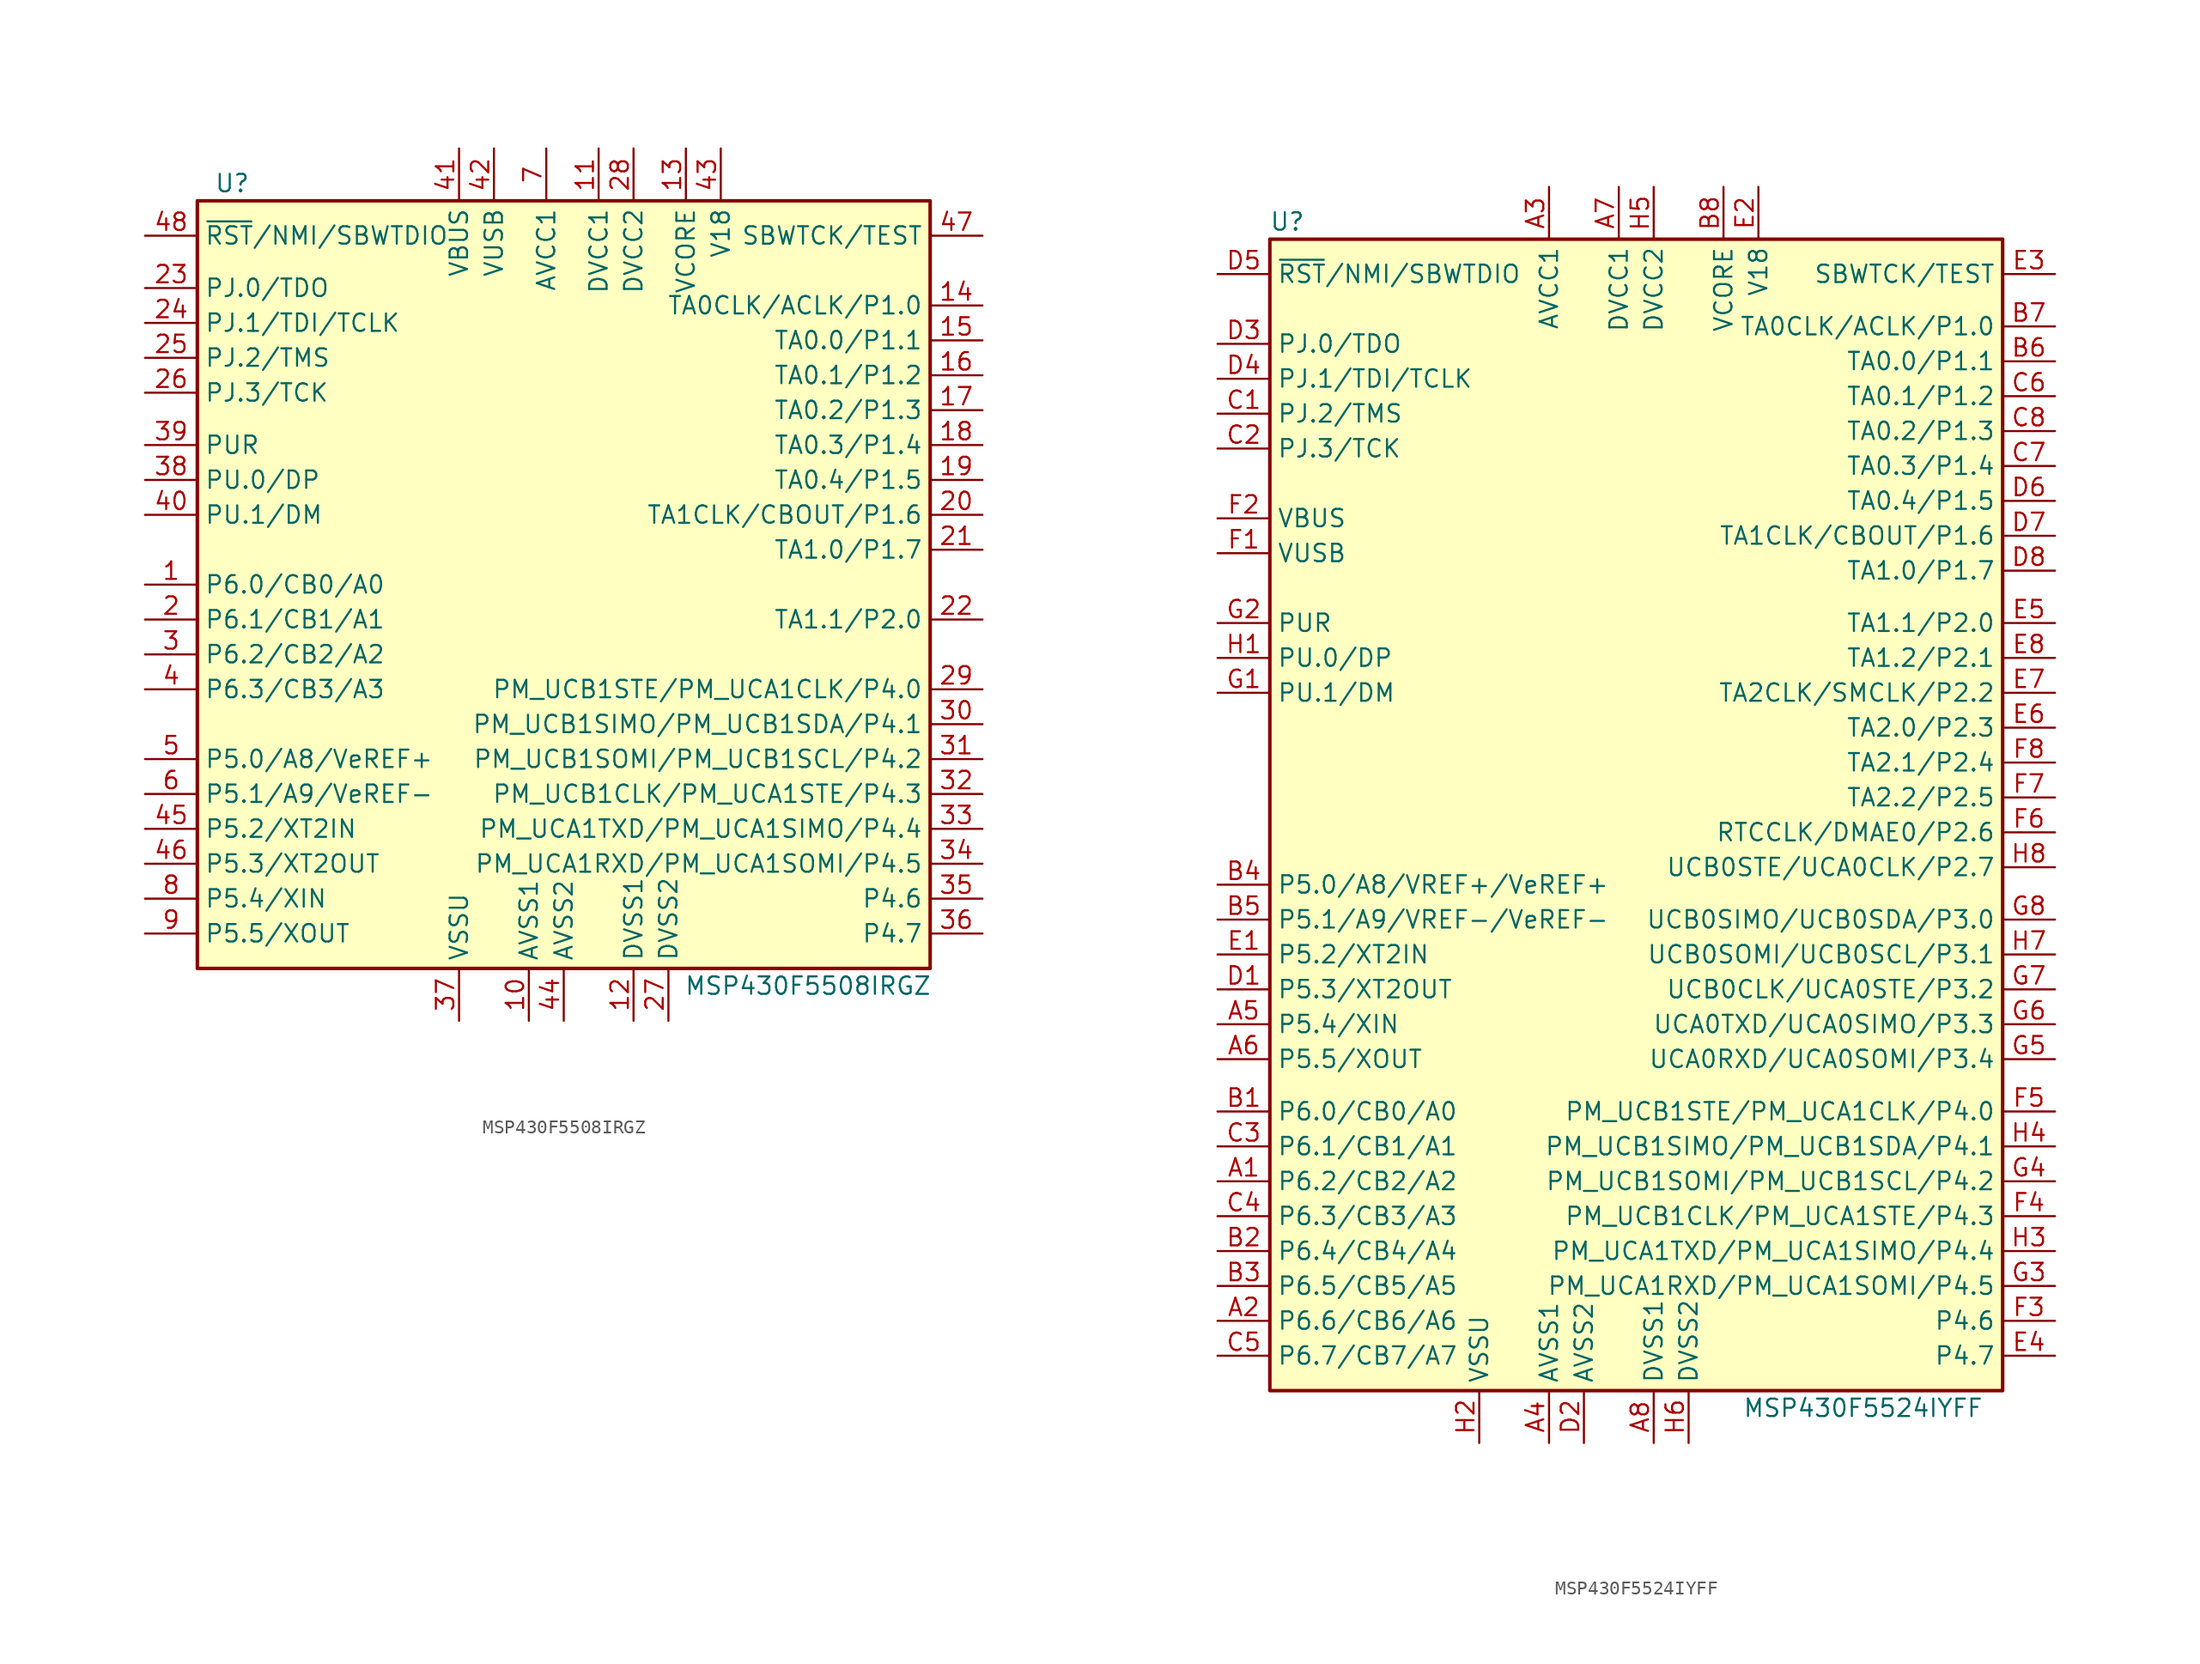
<source format=kicad_sym>
(kicad_symbol_lib
  (version 20220914)
  (generator kicad_symbol_editor)
  (symbol "MSP430F5508IRGZ"
    (property "Reference" "U"
      (at -22.86 29.21 0)
      (effects (font (size 1.27 1.27))))
    (property "Value" "MSP430F5508IRGZ"
      (at 19.05 -29.21 0)
      (effects (font (size 1.27 1.27))))
    (symbol "MSP430F5508IRGZ_0_1"
      (rectangle (start -25.4 27.94) (end 27.94 -27.94) (stroke (width 0.254) (type default)) (fill (type background))))
    (symbol "MSP430F5508IRGZ_1_1"
      (pin bidirectional line (at -29.21 0 0) (length 3.81) (name "P6.0/CB0/A0" (effects (font (size 1.27 1.27)))) (number "1" (effects (font (size 1.27 1.27)))))
      (pin power_in line (at -1.27 -31.75 90) (length 3.81) (name "AVSS1" (effects (font (size 1.27 1.27)))) (number "10" (effects (font (size 1.27 1.27)))))
      (pin power_in line (at 3.81 31.75 270) (length 3.81) (name "DVCC1" (effects (font (size 1.27 1.27)))) (number "11" (effects (font (size 1.27 1.27)))))
      (pin power_in line (at 6.35 -31.75 90) (length 3.81) (name "DVSS1" (effects (font (size 1.27 1.27)))) (number "12" (effects (font (size 1.27 1.27)))))
      (pin passive line (at 10.16 31.75 270) (length 3.81) (name "VCORE" (effects (font (size 1.27 1.27)))) (number "13" (effects (font (size 1.27 1.27)))))
      (pin bidirectional line (at 31.75 20.32 180) (length 3.81) (name "TA0CLK/ACLK/P1.0" (effects (font (size 1.27 1.27)))) (number "14" (effects (font (size 1.27 1.27)))))
      (pin bidirectional line (at 31.75 17.78 180) (length 3.81) (name "TA0.0/P1.1" (effects (font (size 1.27 1.27)))) (number "15" (effects (font (size 1.27 1.27)))))
      (pin bidirectional line (at 31.75 15.24 180) (length 3.81) (name "TA0.1/P1.2" (effects (font (size 1.27 1.27)))) (number "16" (effects (font (size 1.27 1.27)))))
      (pin bidirectional line (at 31.75 12.7 180) (length 3.81) (name "TA0.2/P1.3" (effects (font (size 1.27 1.27)))) (number "17" (effects (font (size 1.27 1.27)))))
      (pin bidirectional line (at 31.75 10.16 180) (length 3.81) (name "TA0.3/P1.4" (effects (font (size 1.27 1.27)))) (number "18" (effects (font (size 1.27 1.27)))))
      (pin bidirectional line (at 31.75 7.62 180) (length 3.81) (name "TA0.4/P1.5" (effects (font (size 1.27 1.27)))) (number "19" (effects (font (size 1.27 1.27)))))
      (pin bidirectional line (at -29.21 -2.54 0) (length 3.81) (name "P6.1/CB1/A1" (effects (font (size 1.27 1.27)))) (number "2" (effects (font (size 1.27 1.27)))))
      (pin bidirectional line (at 31.75 5.08 180) (length 3.81) (name "TA1CLK/CBOUT/P1.6" (effects (font (size 1.27 1.27)))) (number "20" (effects (font (size 1.27 1.27)))))
      (pin bidirectional line (at 31.75 2.54 180) (length 3.81) (name "TA1.0/P1.7" (effects (font (size 1.27 1.27)))) (number "21" (effects (font (size 1.27 1.27)))))
      (pin bidirectional line (at 31.75 -2.54 180) (length 3.81) (name "TA1.1/P2.0" (effects (font (size 1.27 1.27)))) (number "22" (effects (font (size 1.27 1.27)))))
      (pin bidirectional line (at -29.21 21.59 0) (length 3.81) (name "PJ.0/TDO" (effects (font (size 1.27 1.27)))) (number "23" (effects (font (size 1.27 1.27)))))
      (pin bidirectional line (at -29.21 19.05 0) (length 3.81) (name "PJ.1/TDI/TCLK" (effects (font (size 1.27 1.27)))) (number "24" (effects (font (size 1.27 1.27)))))
      (pin bidirectional line (at -29.21 16.51 0) (length 3.81) (name "PJ.2/TMS" (effects (font (size 1.27 1.27)))) (number "25" (effects (font (size 1.27 1.27)))))
      (pin bidirectional line (at -29.21 13.97 0) (length 3.81) (name "PJ.3/TCK" (effects (font (size 1.27 1.27)))) (number "26" (effects (font (size 1.27 1.27)))))
      (pin power_in line (at 8.89 -31.75 90) (length 3.81) (name "DVSS2" (effects (font (size 1.27 1.27)))) (number "27" (effects (font (size 1.27 1.27)))))
      (pin power_in line (at 6.35 31.75 270) (length 3.81) (name "DVCC2" (effects (font (size 1.27 1.27)))) (number "28" (effects (font (size 1.27 1.27)))))
      (pin bidirectional line (at 31.75 -7.62 180) (length 3.81) (name "PM_UCB1STE/PM_UCA1CLK/P4.0" (effects (font (size 1.27 1.27)))) (number "29" (effects (font (size 1.27 1.27)))))
      (pin bidirectional line (at -29.21 -5.08 0) (length 3.81) (name "P6.2/CB2/A2" (effects (font (size 1.27 1.27)))) (number "3" (effects (font (size 1.27 1.27)))))
      (pin bidirectional line (at 31.75 -10.16 180) (length 3.81) (name "PM_UCB1SIMO/PM_UCB1SDA/P4.1" (effects (font (size 1.27 1.27)))) (number "30" (effects (font (size 1.27 1.27)))))
      (pin bidirectional line (at 31.75 -12.7 180) (length 3.81) (name "PM_UCB1SOMI/PM_UCB1SCL/P4.2" (effects (font (size 1.27 1.27)))) (number "31" (effects (font (size 1.27 1.27)))))
      (pin bidirectional line (at 31.75 -15.24 180) (length 3.81) (name "PM_UCB1CLK/PM_UCA1STE/P4.3" (effects (font (size 1.27 1.27)))) (number "32" (effects (font (size 1.27 1.27)))))
      (pin bidirectional line (at 31.75 -17.78 180) (length 3.81) (name "PM_UCA1TXD/PM_UCA1SIMO/P4.4" (effects (font (size 1.27 1.27)))) (number "33" (effects (font (size 1.27 1.27)))))
      (pin bidirectional line (at 31.75 -20.32 180) (length 3.81) (name "PM_UCA1RXD/PM_UCA1SOMI/P4.5" (effects (font (size 1.27 1.27)))) (number "34" (effects (font (size 1.27 1.27)))))
      (pin bidirectional line (at 31.75 -22.86 180) (length 3.81) (name "P4.6" (effects (font (size 1.27 1.27)))) (number "35" (effects (font (size 1.27 1.27)))))
      (pin bidirectional line (at 31.75 -25.4 180) (length 3.81) (name "P4.7" (effects (font (size 1.27 1.27)))) (number "36" (effects (font (size 1.27 1.27)))))
      (pin power_in line (at -6.35 -31.75 90) (length 3.81) (name "VSSU" (effects (font (size 1.27 1.27)))) (number "37" (effects (font (size 1.27 1.27)))))
      (pin bidirectional line (at -29.21 7.62 0) (length 3.81) (name "PU.0/DP" (effects (font (size 1.27 1.27)))) (number "38" (effects (font (size 1.27 1.27)))))
      (pin bidirectional line (at -29.21 10.16 0) (length 3.81) (name "PUR" (effects (font (size 1.27 1.27)))) (number "39" (effects (font (size 1.27 1.27)))))
      (pin bidirectional line (at -29.21 -7.62 0) (length 3.81) (name "P6.3/CB3/A3" (effects (font (size 1.27 1.27)))) (number "4" (effects (font (size 1.27 1.27)))))
      (pin bidirectional line (at -29.21 5.08 0) (length 3.81) (name "PU.1/DM" (effects (font (size 1.27 1.27)))) (number "40" (effects (font (size 1.27 1.27)))))
      (pin power_in line (at -6.35 31.75 270) (length 3.81) (name "VBUS" (effects (font (size 1.27 1.27)))) (number "41" (effects (font (size 1.27 1.27)))))
      (pin power_out line (at -3.81 31.75 270) (length 3.81) (name "VUSB" (effects (font (size 1.27 1.27)))) (number "42" (effects (font (size 1.27 1.27)))))
      (pin passive line (at 12.7 31.75 270) (length 3.81) (name "V18" (effects (font (size 1.27 1.27)))) (number "43" (effects (font (size 1.27 1.27)))))
      (pin power_in line (at 1.27 -31.75 90) (length 3.81) (name "AVSS2" (effects (font (size 1.27 1.27)))) (number "44" (effects (font (size 1.27 1.27)))))
      (pin bidirectional line (at -29.21 -17.78 0) (length 3.81) (name "P5.2/XT2IN" (effects (font (size 1.27 1.27)))) (number "45" (effects (font (size 1.27 1.27)))))
      (pin bidirectional line (at -29.21 -20.32 0) (length 3.81) (name "P5.3/XT2OUT" (effects (font (size 1.27 1.27)))) (number "46" (effects (font (size 1.27 1.27)))))
      (pin input line (at 31.75 25.4 180) (length 3.81) (name "SBWTCK/TEST" (effects (font (size 1.27 1.27)))) (number "47" (effects (font (size 1.27 1.27)))))
      (pin input line (at -29.21 25.4 0) (length 3.81) (name "~{RST}/NMI/SBWTDIO" (effects (font (size 1.27 1.27)))) (number "48" (effects (font (size 1.27 1.27)))))
      (pin bidirectional line (at -29.21 -12.7 0) (length 3.81) (name "P5.0/A8/VeREF+" (effects (font (size 1.27 1.27)))) (number "5" (effects (font (size 1.27 1.27)))))
      (pin bidirectional line (at -29.21 -15.24 0) (length 3.81) (name "P5.1/A9/VeREF-" (effects (font (size 1.27 1.27)))) (number "6" (effects (font (size 1.27 1.27)))))
      (pin power_in line (at 0 31.75 270) (length 3.81) (name "AVCC1" (effects (font (size 1.27 1.27)))) (number "7" (effects (font (size 1.27 1.27)))))
      (pin bidirectional line (at -29.21 -22.86 0) (length 3.81) (name "P5.4/XIN" (effects (font (size 1.27 1.27)))) (number "8" (effects (font (size 1.27 1.27)))))
      (pin bidirectional line (at -29.21 -25.4 0) (length 3.81) (name "P5.5/XOUT" (effects (font (size 1.27 1.27)))) (number "9" (effects (font (size 1.27 1.27)))))))
  (symbol "MSP430F5524IYFF"
    (property "Reference" "U"
      (at -25.4 43.18 0)
      (effects (font (size 1.27 1.27))))
    (property "Value" "MSP430F5524IYFF"
      (at 16.51 -43.18 0)
      (effects (font (size 1.27 1.27))))
    (symbol "MSP430F5524IYFF_0_1"
      (rectangle (start -26.67 41.91) (end 26.67 -41.91) (stroke (width 0.254) (type default)) (fill (type background))))
    (symbol "MSP430F5524IYFF_1_1"
      (pin bidirectional line (at -30.48 -26.67 0) (length 3.81) (name "P6.2/CB2/A2" (effects (font (size 1.27 1.27)))) (number "A1" (effects (font (size 1.27 1.27)))))
      (pin bidirectional line (at -30.48 -36.83 0) (length 3.81) (name "P6.6/CB6/A6" (effects (font (size 1.27 1.27)))) (number "A2" (effects (font (size 1.27 1.27)))))
      (pin power_in line (at -6.35 45.72 270) (length 3.81) (name "AVCC1" (effects (font (size 1.27 1.27)))) (number "A3" (effects (font (size 1.27 1.27)))))
      (pin power_in line (at -6.35 -45.72 90) (length 3.81) (name "AVSS1" (effects (font (size 1.27 1.27)))) (number "A4" (effects (font (size 1.27 1.27)))))
      (pin bidirectional line (at -30.48 -15.24 0) (length 3.81) (name "P5.4/XIN" (effects (font (size 1.27 1.27)))) (number "A5" (effects (font (size 1.27 1.27)))))
      (pin bidirectional line (at -30.48 -17.78 0) (length 3.81) (name "P5.5/XOUT" (effects (font (size 1.27 1.27)))) (number "A6" (effects (font (size 1.27 1.27)))))
      (pin power_in line (at -1.27 45.72 270) (length 3.81) (name "DVCC1" (effects (font (size 1.27 1.27)))) (number "A7" (effects (font (size 1.27 1.27)))))
      (pin power_in line (at 1.27 -45.72 90) (length 3.81) (name "DVSS1" (effects (font (size 1.27 1.27)))) (number "A8" (effects (font (size 1.27 1.27)))))
      (pin bidirectional line (at -30.48 -21.59 0) (length 3.81) (name "P6.0/CB0/A0" (effects (font (size 1.27 1.27)))) (number "B1" (effects (font (size 1.27 1.27)))))
      (pin bidirectional line (at -30.48 -31.75 0) (length 3.81) (name "P6.4/CB4/A4" (effects (font (size 1.27 1.27)))) (number "B2" (effects (font (size 1.27 1.27)))))
      (pin bidirectional line (at -30.48 -34.29 0) (length 3.81) (name "P6.5/CB5/A5" (effects (font (size 1.27 1.27)))) (number "B3" (effects (font (size 1.27 1.27)))))
      (pin bidirectional line (at -30.48 -5.08 0) (length 3.81) (name "P5.0/A8/VREF+/VeREF+" (effects (font (size 1.27 1.27)))) (number "B4" (effects (font (size 1.27 1.27)))))
      (pin bidirectional line (at -30.48 -7.62 0) (length 3.81) (name "P5.1/A9/VREF-/VeREF-" (effects (font (size 1.27 1.27)))) (number "B5" (effects (font (size 1.27 1.27)))))
      (pin bidirectional line (at 30.48 33.02 180) (length 3.81) (name "TA0.0/P1.1" (effects (font (size 1.27 1.27)))) (number "B6" (effects (font (size 1.27 1.27)))))
      (pin bidirectional line (at 30.48 35.56 180) (length 3.81) (name "TA0CLK/ACLK/P1.0" (effects (font (size 1.27 1.27)))) (number "B7" (effects (font (size 1.27 1.27)))))
      (pin bidirectional line (at 6.35 45.72 270) (length 3.81) (name "VCORE" (effects (font (size 1.27 1.27)))) (number "B8" (effects (font (size 1.27 1.27)))))
      (pin bidirectional line (at -30.48 29.21 0) (length 3.81) (name "PJ.2/TMS" (effects (font (size 1.27 1.27)))) (number "C1" (effects (font (size 1.27 1.27)))))
      (pin bidirectional line (at -30.48 26.67 0) (length 3.81) (name "PJ.3/TCK" (effects (font (size 1.27 1.27)))) (number "C2" (effects (font (size 1.27 1.27)))))
      (pin bidirectional line (at -30.48 -24.13 0) (length 3.81) (name "P6.1/CB1/A1" (effects (font (size 1.27 1.27)))) (number "C3" (effects (font (size 1.27 1.27)))))
      (pin bidirectional line (at -30.48 -29.21 0) (length 3.81) (name "P6.3/CB3/A3" (effects (font (size 1.27 1.27)))) (number "C4" (effects (font (size 1.27 1.27)))))
      (pin bidirectional line (at -30.48 -39.37 0) (length 3.81) (name "P6.7/CB7/A7" (effects (font (size 1.27 1.27)))) (number "C5" (effects (font (size 1.27 1.27)))))
      (pin bidirectional line (at 30.48 30.48 180) (length 3.81) (name "TA0.1/P1.2" (effects (font (size 1.27 1.27)))) (number "C6" (effects (font (size 1.27 1.27)))))
      (pin bidirectional line (at 30.48 25.4 180) (length 3.81) (name "TA0.3/P1.4" (effects (font (size 1.27 1.27)))) (number "C7" (effects (font (size 1.27 1.27)))))
      (pin bidirectional line (at 30.48 27.94 180) (length 3.81) (name "TA0.2/P1.3" (effects (font (size 1.27 1.27)))) (number "C8" (effects (font (size 1.27 1.27)))))
      (pin bidirectional line (at -30.48 -12.7 0) (length 3.81) (name "P5.3/XT2OUT" (effects (font (size 1.27 1.27)))) (number "D1" (effects (font (size 1.27 1.27)))))
      (pin power_in line (at -3.81 -45.72 90) (length 3.81) (name "AVSS2" (effects (font (size 1.27 1.27)))) (number "D2" (effects (font (size 1.27 1.27)))))
      (pin bidirectional line (at -30.48 34.29 0) (length 3.81) (name "PJ.0/TDO" (effects (font (size 1.27 1.27)))) (number "D3" (effects (font (size 1.27 1.27)))))
      (pin bidirectional line (at -30.48 31.75 0) (length 3.81) (name "PJ.1/TDI/TCLK" (effects (font (size 1.27 1.27)))) (number "D4" (effects (font (size 1.27 1.27)))))
      (pin input line (at -30.48 39.37 0) (length 3.81) (name "~{RST}/NMI/SBWTDIO" (effects (font (size 1.27 1.27)))) (number "D5" (effects (font (size 1.27 1.27)))))
      (pin bidirectional line (at 30.48 22.86 180) (length 3.81) (name "TA0.4/P1.5" (effects (font (size 1.27 1.27)))) (number "D6" (effects (font (size 1.27 1.27)))))
      (pin bidirectional line (at 30.48 20.32 180) (length 3.81) (name "TA1CLK/CBOUT/P1.6" (effects (font (size 1.27 1.27)))) (number "D7" (effects (font (size 1.27 1.27)))))
      (pin bidirectional line (at 30.48 17.78 180) (length 3.81) (name "TA1.0/P1.7" (effects (font (size 1.27 1.27)))) (number "D8" (effects (font (size 1.27 1.27)))))
      (pin bidirectional line (at -30.48 -10.16 0) (length 3.81) (name "P5.2/XT2IN" (effects (font (size 1.27 1.27)))) (number "E1" (effects (font (size 1.27 1.27)))))
      (pin passive line (at 8.89 45.72 270) (length 3.81) (name "V18" (effects (font (size 1.27 1.27)))) (number "E2" (effects (font (size 1.27 1.27)))))
      (pin input line (at 30.48 39.37 180) (length 3.81) (name "SBWTCK/TEST" (effects (font (size 1.27 1.27)))) (number "E3" (effects (font (size 1.27 1.27)))))
      (pin bidirectional line (at 30.48 -39.37 180) (length 3.81) (name "P4.7" (effects (font (size 1.27 1.27)))) (number "E4" (effects (font (size 1.27 1.27)))))
      (pin bidirectional line (at 30.48 13.97 180) (length 3.81) (name "TA1.1/P2.0" (effects (font (size 1.27 1.27)))) (number "E5" (effects (font (size 1.27 1.27)))))
      (pin bidirectional line (at 30.48 6.35 180) (length 3.81) (name "TA2.0/P2.3" (effects (font (size 1.27 1.27)))) (number "E6" (effects (font (size 1.27 1.27)))))
      (pin bidirectional line (at 30.48 8.89 180) (length 3.81) (name "TA2CLK/SMCLK/P2.2" (effects (font (size 1.27 1.27)))) (number "E7" (effects (font (size 1.27 1.27)))))
      (pin bidirectional line (at 30.48 11.43 180) (length 3.81) (name "TA1.2/P2.1" (effects (font (size 1.27 1.27)))) (number "E8" (effects (font (size 1.27 1.27)))))
      (pin power_out line (at -30.48 19.05 0) (length 3.81) (name "VUSB" (effects (font (size 1.27 1.27)))) (number "F1" (effects (font (size 1.27 1.27)))))
      (pin power_in line (at -30.48 21.59 0) (length 3.81) (name "VBUS" (effects (font (size 1.27 1.27)))) (number "F2" (effects (font (size 1.27 1.27)))))
      (pin bidirectional line (at 30.48 -36.83 180) (length 3.81) (name "P4.6" (effects (font (size 1.27 1.27)))) (number "F3" (effects (font (size 1.27 1.27)))))
      (pin bidirectional line (at 30.48 -29.21 180) (length 3.81) (name "PM_UCB1CLK/PM_UCA1STE/P4.3" (effects (font (size 1.27 1.27)))) (number "F4" (effects (font (size 1.27 1.27)))))
      (pin bidirectional line (at 30.48 -21.59 180) (length 3.81) (name "PM_UCB1STE/PM_UCA1CLK/P4.0" (effects (font (size 1.27 1.27)))) (number "F5" (effects (font (size 1.27 1.27)))))
      (pin bidirectional line (at 30.48 -1.27 180) (length 3.81) (name "RTCCLK/DMAE0/P2.6" (effects (font (size 1.27 1.27)))) (number "F6" (effects (font (size 1.27 1.27)))))
      (pin bidirectional line (at 30.48 1.27 180) (length 3.81) (name "TA2.2/P2.5" (effects (font (size 1.27 1.27)))) (number "F7" (effects (font (size 1.27 1.27)))))
      (pin bidirectional line (at 30.48 3.81 180) (length 3.81) (name "TA2.1/P2.4" (effects (font (size 1.27 1.27)))) (number "F8" (effects (font (size 1.27 1.27)))))
      (pin bidirectional line (at -30.48 8.89 0) (length 3.81) (name "PU.1/DM" (effects (font (size 1.27 1.27)))) (number "G1" (effects (font (size 1.27 1.27)))))
      (pin bidirectional line (at -30.48 13.97 0) (length 3.81) (name "PUR" (effects (font (size 1.27 1.27)))) (number "G2" (effects (font (size 1.27 1.27)))))
      (pin bidirectional line (at 30.48 -34.29 180) (length 3.81) (name "PM_UCA1RXD/PM_UCA1SOMI/P4.5" (effects (font (size 1.27 1.27)))) (number "G3" (effects (font (size 1.27 1.27)))))
      (pin bidirectional line (at 30.48 -26.67 180) (length 3.81) (name "PM_UCB1SOMI/PM_UCB1SCL/P4.2" (effects (font (size 1.27 1.27)))) (number "G4" (effects (font (size 1.27 1.27)))))
      (pin bidirectional line (at 30.48 -17.78 180) (length 3.81) (name "UCA0RXD/UCA0SOMI/P3.4" (effects (font (size 1.27 1.27)))) (number "G5" (effects (font (size 1.27 1.27)))))
      (pin bidirectional line (at 30.48 -15.24 180) (length 3.81) (name "UCA0TXD/UCA0SIMO/P3.3" (effects (font (size 1.27 1.27)))) (number "G6" (effects (font (size 1.27 1.27)))))
      (pin bidirectional line (at 30.48 -12.7 180) (length 3.81) (name "UCB0CLK/UCA0STE/P3.2" (effects (font (size 1.27 1.27)))) (number "G7" (effects (font (size 1.27 1.27)))))
      (pin bidirectional line (at 30.48 -7.62 180) (length 3.81) (name "UCB0SIMO/UCB0SDA/P3.0" (effects (font (size 1.27 1.27)))) (number "G8" (effects (font (size 1.27 1.27)))))
      (pin bidirectional line (at -30.48 11.43 0) (length 3.81) (name "PU.0/DP" (effects (font (size 1.27 1.27)))) (number "H1" (effects (font (size 1.27 1.27)))))
      (pin power_in line (at -11.43 -45.72 90) (length 3.81) (name "VSSU" (effects (font (size 1.27 1.27)))) (number "H2" (effects (font (size 1.27 1.27)))))
      (pin bidirectional line (at 30.48 -31.75 180) (length 3.81) (name "PM_UCA1TXD/PM_UCA1SIMO/P4.4" (effects (font (size 1.27 1.27)))) (number "H3" (effects (font (size 1.27 1.27)))))
      (pin bidirectional line (at 30.48 -24.13 180) (length 3.81) (name "PM_UCB1SIMO/PM_UCB1SDA/P4.1" (effects (font (size 1.27 1.27)))) (number "H4" (effects (font (size 1.27 1.27)))))
      (pin power_in line (at 1.27 45.72 270) (length 3.81) (name "DVCC2" (effects (font (size 1.27 1.27)))) (number "H5" (effects (font (size 1.27 1.27)))))
      (pin power_in line (at 3.81 -45.72 90) (length 3.81) (name "DVSS2" (effects (font (size 1.27 1.27)))) (number "H6" (effects (font (size 1.27 1.27)))))
      (pin bidirectional line (at 30.48 -10.16 180) (length 3.81) (name "UCB0SOMI/UCB0SCL/P3.1" (effects (font (size 1.27 1.27)))) (number "H7" (effects (font (size 1.27 1.27)))))
      (pin bidirectional line (at 30.48 -3.81 180) (length 3.81) (name "UCB0STE/UCA0CLK/P2.7" (effects (font (size 1.27 1.27)))) (number "H8" (effects (font (size 1.27 1.27))))))))
</source>
